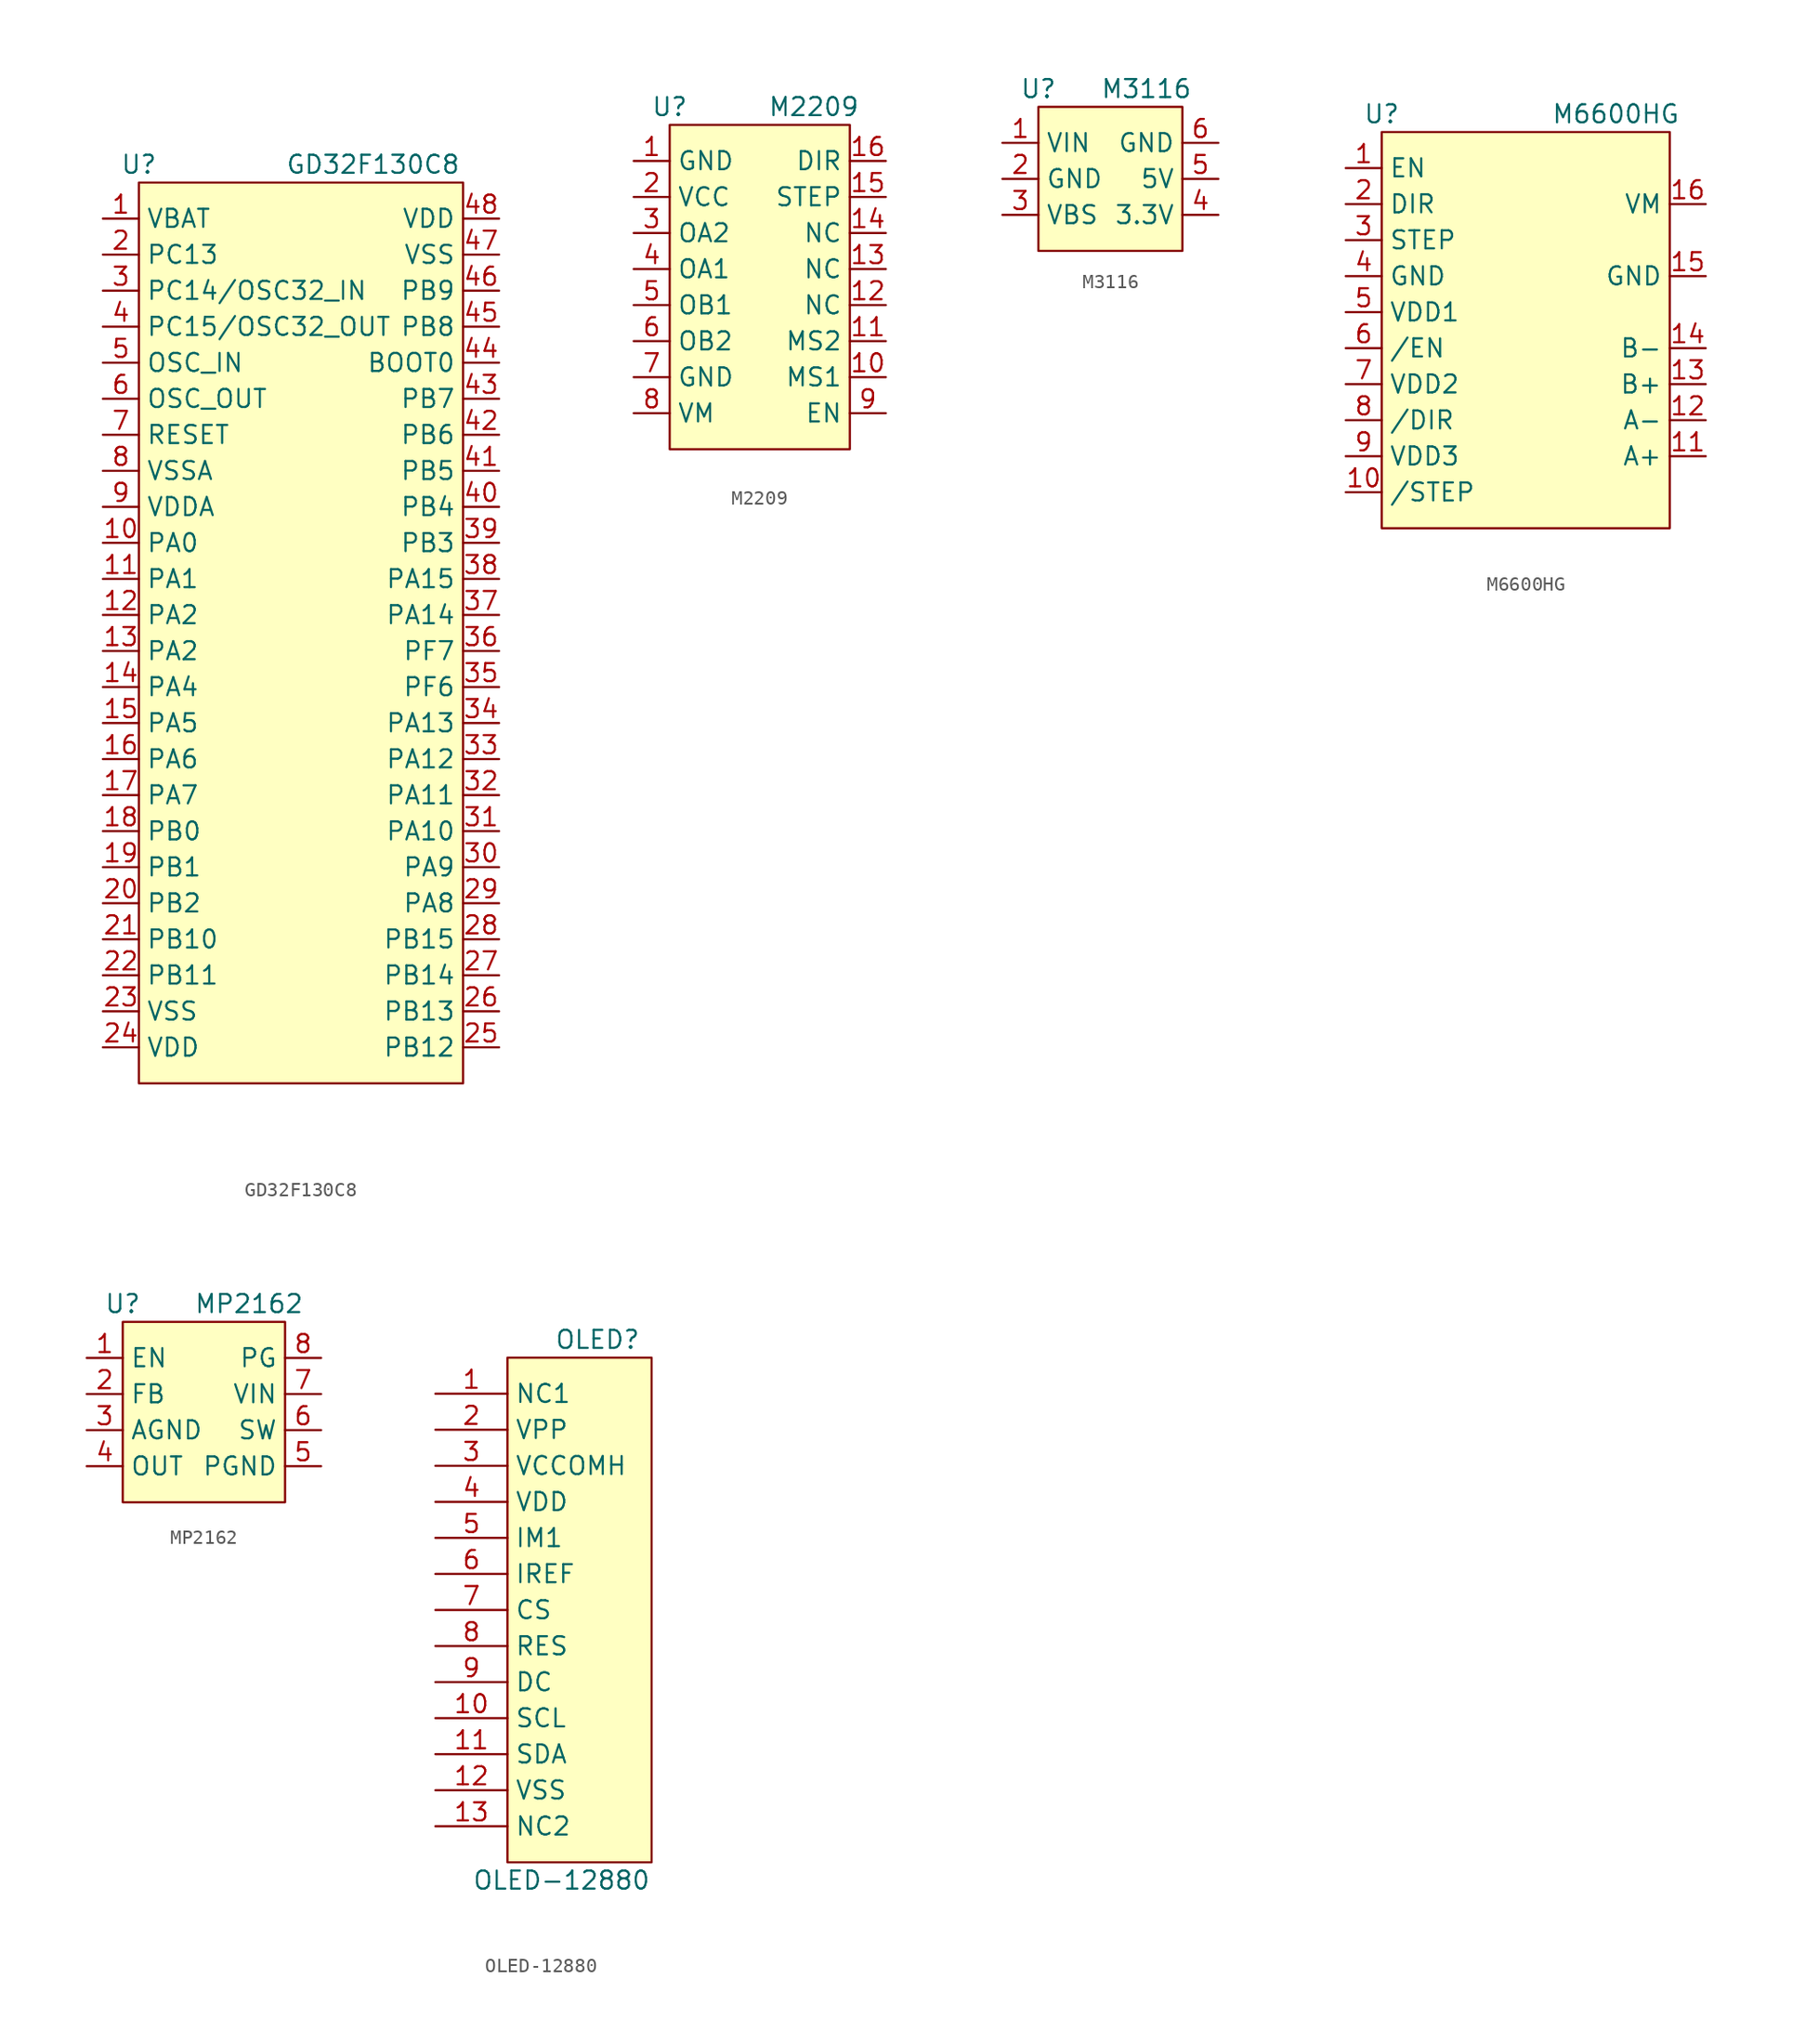
<source format=kicad_sym>
(kicad_symbol_lib
  (version 20211014)
  (generator kicad_symbol_editor)
  (symbol "GD32F130C8"
    (property "Reference" "U"
      (at 0 1.27 0)
      (effects (font (size 1.27 1.27))))
    (property "Value" "GD32F130C8"
      (at 16.51 1.27 0)
      (effects (font (size 1.27 1.27))))
    (symbol "GD32F130C8_0_1"
      (rectangle (start 0 0) (end 22.86 -63.5) (stroke (width 0) (type default) (color 0 0 0 0)) (fill (type background))))
    (symbol "GD32F130C8_1_1"
      (pin power_in line (at -2.54 -2.54 0) (length 2.54) (name "VBAT" (effects (font (size 1.27 1.27)))) (number "1" (effects (font (size 1.27 1.27)))))
      (pin bidirectional line (at -2.54 -25.4 0) (length 2.54) (name "PA0" (effects (font (size 1.27 1.27)))) (number "10" (effects (font (size 1.27 1.27)))))
      (pin bidirectional line (at -2.54 -27.94 0) (length 2.54) (name "PA1" (effects (font (size 1.27 1.27)))) (number "11" (effects (font (size 1.27 1.27)))))
      (pin bidirectional line (at -2.54 -30.48 0) (length 2.54) (name "PA2" (effects (font (size 1.27 1.27)))) (number "12" (effects (font (size 1.27 1.27)))))
      (pin bidirectional line (at -2.54 -33.02 0) (length 2.54) (name "PA2" (effects (font (size 1.27 1.27)))) (number "13" (effects (font (size 1.27 1.27)))))
      (pin bidirectional line (at -2.54 -35.56 0) (length 2.54) (name "PA4" (effects (font (size 1.27 1.27)))) (number "14" (effects (font (size 1.27 1.27)))))
      (pin bidirectional line (at -2.54 -38.1 0) (length 2.54) (name "PA5" (effects (font (size 1.27 1.27)))) (number "15" (effects (font (size 1.27 1.27)))))
      (pin bidirectional line (at -2.54 -40.64 0) (length 2.54) (name "PA6" (effects (font (size 1.27 1.27)))) (number "16" (effects (font (size 1.27 1.27)))))
      (pin bidirectional line (at -2.54 -43.18 0) (length 2.54) (name "PA7" (effects (font (size 1.27 1.27)))) (number "17" (effects (font (size 1.27 1.27)))))
      (pin bidirectional line (at -2.54 -45.72 0) (length 2.54) (name "PB0" (effects (font (size 1.27 1.27)))) (number "18" (effects (font (size 1.27 1.27)))))
      (pin bidirectional line (at -2.54 -48.26 0) (length 2.54) (name "PB1" (effects (font (size 1.27 1.27)))) (number "19" (effects (font (size 1.27 1.27)))))
      (pin input line (at -2.54 -5.08 0) (length 2.54) (name "PC13" (effects (font (size 1.27 1.27)))) (number "2" (effects (font (size 1.27 1.27)))))
      (pin bidirectional line (at -2.54 -50.8 0) (length 2.54) (name "PB2" (effects (font (size 1.27 1.27)))) (number "20" (effects (font (size 1.27 1.27)))))
      (pin bidirectional line (at -2.54 -53.34 0) (length 2.54) (name "PB10" (effects (font (size 1.27 1.27)))) (number "21" (effects (font (size 1.27 1.27)))))
      (pin bidirectional line (at -2.54 -55.88 0) (length 2.54) (name "PB11" (effects (font (size 1.27 1.27)))) (number "22" (effects (font (size 1.27 1.27)))))
      (pin power_in line (at -2.54 -58.42 0) (length 2.54) (name "VSS" (effects (font (size 1.27 1.27)))) (number "23" (effects (font (size 1.27 1.27)))))
      (pin power_in line (at -2.54 -60.96 0) (length 2.54) (name "VDD" (effects (font (size 1.27 1.27)))) (number "24" (effects (font (size 1.27 1.27)))))
      (pin bidirectional line (at 25.4 -60.96 180) (length 2.54) (name "PB12" (effects (font (size 1.27 1.27)))) (number "25" (effects (font (size 1.27 1.27)))))
      (pin bidirectional line (at 25.4 -58.42 180) (length 2.54) (name "PB13" (effects (font (size 1.27 1.27)))) (number "26" (effects (font (size 1.27 1.27)))))
      (pin bidirectional line (at 25.4 -55.88 180) (length 2.54) (name "PB14" (effects (font (size 1.27 1.27)))) (number "27" (effects (font (size 1.27 1.27)))))
      (pin bidirectional line (at 25.4 -53.34 180) (length 2.54) (name "PB15" (effects (font (size 1.27 1.27)))) (number "28" (effects (font (size 1.27 1.27)))))
      (pin bidirectional line (at 25.4 -50.8 180) (length 2.54) (name "PA8" (effects (font (size 1.27 1.27)))) (number "29" (effects (font (size 1.27 1.27)))))
      (pin input line (at -2.54 -7.62 0) (length 2.54) (name "PC14/OSC32_IN" (effects (font (size 1.27 1.27)))) (number "3" (effects (font (size 1.27 1.27)))))
      (pin bidirectional line (at 25.4 -48.26 180) (length 2.54) (name "PA9" (effects (font (size 1.27 1.27)))) (number "30" (effects (font (size 1.27 1.27)))))
      (pin bidirectional line (at 25.4 -45.72 180) (length 2.54) (name "PA10" (effects (font (size 1.27 1.27)))) (number "31" (effects (font (size 1.27 1.27)))))
      (pin bidirectional line (at 25.4 -43.18 180) (length 2.54) (name "PA11" (effects (font (size 1.27 1.27)))) (number "32" (effects (font (size 1.27 1.27)))))
      (pin bidirectional line (at 25.4 -40.64 180) (length 2.54) (name "PA12" (effects (font (size 1.27 1.27)))) (number "33" (effects (font (size 1.27 1.27)))))
      (pin bidirectional line (at 25.4 -38.1 180) (length 2.54) (name "PA13" (effects (font (size 1.27 1.27)))) (number "34" (effects (font (size 1.27 1.27)))))
      (pin bidirectional line (at 25.4 -35.56 180) (length 2.54) (name "PF6" (effects (font (size 1.27 1.27)))) (number "35" (effects (font (size 1.27 1.27)))))
      (pin bidirectional line (at 25.4 -33.02 180) (length 2.54) (name "PF7" (effects (font (size 1.27 1.27)))) (number "36" (effects (font (size 1.27 1.27)))))
      (pin bidirectional line (at 25.4 -30.48 180) (length 2.54) (name "PA14" (effects (font (size 1.27 1.27)))) (number "37" (effects (font (size 1.27 1.27)))))
      (pin bidirectional line (at 25.4 -27.94 180) (length 2.54) (name "PA15" (effects (font (size 1.27 1.27)))) (number "38" (effects (font (size 1.27 1.27)))))
      (pin bidirectional line (at 25.4 -25.4 180) (length 2.54) (name "PB3" (effects (font (size 1.27 1.27)))) (number "39" (effects (font (size 1.27 1.27)))))
      (pin output line (at -2.54 -10.16 0) (length 2.54) (name "PC15/OSC32_OUT" (effects (font (size 1.27 1.27)))) (number "4" (effects (font (size 1.27 1.27)))))
      (pin bidirectional line (at 25.4 -22.86 180) (length 2.54) (name "PB4" (effects (font (size 1.27 1.27)))) (number "40" (effects (font (size 1.27 1.27)))))
      (pin bidirectional line (at 25.4 -20.32 180) (length 2.54) (name "PB5" (effects (font (size 1.27 1.27)))) (number "41" (effects (font (size 1.27 1.27)))))
      (pin bidirectional line (at 25.4 -17.78 180) (length 2.54) (name "PB6" (effects (font (size 1.27 1.27)))) (number "42" (effects (font (size 1.27 1.27)))))
      (pin bidirectional line (at 25.4 -15.24 180) (length 2.54) (name "PB7" (effects (font (size 1.27 1.27)))) (number "43" (effects (font (size 1.27 1.27)))))
      (pin bidirectional line (at 25.4 -12.7 180) (length 2.54) (name "BOOT0" (effects (font (size 1.27 1.27)))) (number "44" (effects (font (size 1.27 1.27)))))
      (pin bidirectional line (at 25.4 -10.16 180) (length 2.54) (name "PB8" (effects (font (size 1.27 1.27)))) (number "45" (effects (font (size 1.27 1.27)))))
      (pin bidirectional line (at 25.4 -7.62 180) (length 2.54) (name "PB9" (effects (font (size 1.27 1.27)))) (number "46" (effects (font (size 1.27 1.27)))))
      (pin power_in line (at 25.4 -5.08 180) (length 2.54) (name "VSS" (effects (font (size 1.27 1.27)))) (number "47" (effects (font (size 1.27 1.27)))))
      (pin power_in line (at 25.4 -2.54 180) (length 2.54) (name "VDD" (effects (font (size 1.27 1.27)))) (number "48" (effects (font (size 1.27 1.27)))))
      (pin input line (at -2.54 -12.7 0) (length 2.54) (name "OSC_IN" (effects (font (size 1.27 1.27)))) (number "5" (effects (font (size 1.27 1.27)))))
      (pin output line (at -2.54 -15.24 0) (length 2.54) (name "OSC_OUT" (effects (font (size 1.27 1.27)))) (number "6" (effects (font (size 1.27 1.27)))))
      (pin input line (at -2.54 -17.78 0) (length 2.54) (name "RESET" (effects (font (size 1.27 1.27)))) (number "7" (effects (font (size 1.27 1.27)))))
      (pin power_in line (at -2.54 -20.32 0) (length 2.54) (name "VSSA" (effects (font (size 1.27 1.27)))) (number "8" (effects (font (size 1.27 1.27)))))
      (pin power_in line (at -2.54 -22.86 0) (length 2.54) (name "VDDA" (effects (font (size 1.27 1.27)))) (number "9" (effects (font (size 1.27 1.27)))))))
  (symbol "M2209"
    (property "Reference" "U"
      (at 0 1.27 0)
      (effects (font (size 1.27 1.27))))
    (property "Value" "M2209"
      (at 10.16 1.27 0)
      (effects (font (size 1.27 1.27))))
    (symbol "M2209_0_1"
      (rectangle (start 0 0) (end 12.7 -22.86) (stroke (width 0) (type default) (color 0 0 0 0)) (fill (type background))))
    (symbol "M2209_1_1"
      (pin power_in line (at -2.54 -2.54 0) (length 2.54) (name "GND" (effects (font (size 1.27 1.27)))) (number "1" (effects (font (size 1.27 1.27)))))
      (pin input line (at 15.24 -17.78 180) (length 2.54) (name "MS1" (effects (font (size 1.27 1.27)))) (number "10" (effects (font (size 1.27 1.27)))))
      (pin input line (at 15.24 -15.24 180) (length 2.54) (name "MS2" (effects (font (size 1.27 1.27)))) (number "11" (effects (font (size 1.27 1.27)))))
      (pin input line (at 15.24 -12.7 180) (length 2.54) (name "NC" (effects (font (size 1.27 1.27)))) (number "12" (effects (font (size 1.27 1.27)))))
      (pin input line (at 15.24 -10.16 180) (length 2.54) (name "NC" (effects (font (size 1.27 1.27)))) (number "13" (effects (font (size 1.27 1.27)))))
      (pin input line (at 15.24 -7.62 180) (length 2.54) (name "NC" (effects (font (size 1.27 1.27)))) (number "14" (effects (font (size 1.27 1.27)))))
      (pin input line (at 15.24 -5.08 180) (length 2.54) (name "STEP" (effects (font (size 1.27 1.27)))) (number "15" (effects (font (size 1.27 1.27)))))
      (pin input line (at 15.24 -2.54 180) (length 2.54) (name "DIR" (effects (font (size 1.27 1.27)))) (number "16" (effects (font (size 1.27 1.27)))))
      (pin power_in line (at -2.54 -5.08 0) (length 2.54) (name "VCC" (effects (font (size 1.27 1.27)))) (number "2" (effects (font (size 1.27 1.27)))))
      (pin output line (at -2.54 -7.62 0) (length 2.54) (name "OA2" (effects (font (size 1.27 1.27)))) (number "3" (effects (font (size 1.27 1.27)))))
      (pin output line (at -2.54 -10.16 0) (length 2.54) (name "OA1" (effects (font (size 1.27 1.27)))) (number "4" (effects (font (size 1.27 1.27)))))
      (pin output line (at -2.54 -12.7 0) (length 2.54) (name "OB1" (effects (font (size 1.27 1.27)))) (number "5" (effects (font (size 1.27 1.27)))))
      (pin output line (at -2.54 -15.24 0) (length 2.54) (name "OB2" (effects (font (size 1.27 1.27)))) (number "6" (effects (font (size 1.27 1.27)))))
      (pin power_in line (at -2.54 -17.78 0) (length 2.54) (name "GND" (effects (font (size 1.27 1.27)))) (number "7" (effects (font (size 1.27 1.27)))))
      (pin power_in line (at -2.54 -20.32 0) (length 2.54) (name "VM" (effects (font (size 1.27 1.27)))) (number "8" (effects (font (size 1.27 1.27)))))
      (pin input line (at 15.24 -20.32 180) (length 2.54) (name "EN" (effects (font (size 1.27 1.27)))) (number "9" (effects (font (size 1.27 1.27)))))))
  (symbol "M3116"
    (property "Reference" "U"
      (at 0 1.27 0)
      (effects (font (size 1.27 1.27))))
    (property "Value" "M3116"
      (at 7.62 1.27 0)
      (effects (font (size 1.27 1.27))))
    (symbol "M3116_0_1"
      (rectangle (start 0 0) (end 10.16 -10.16) (stroke (width 0) (type default) (color 0 0 0 0)) (fill (type background))))
    (symbol "M3116_1_1"
      (pin power_in line (at -2.54 -2.54 0) (length 2.54) (name "VIN" (effects (font (size 1.27 1.27)))) (number "1" (effects (font (size 1.27 1.27)))))
      (pin power_in line (at -2.54 -5.08 0) (length 2.54) (name "GND" (effects (font (size 1.27 1.27)))) (number "2" (effects (font (size 1.27 1.27)))))
      (pin power_in line (at -2.54 -7.62 0) (length 2.54) (name "VBS" (effects (font (size 1.27 1.27)))) (number "3" (effects (font (size 1.27 1.27)))))
      (pin power_out line (at 12.7 -7.62 180) (length 2.54) (name "3.3V" (effects (font (size 1.27 1.27)))) (number "4" (effects (font (size 1.27 1.27)))))
      (pin power_out line (at 12.7 -5.08 180) (length 2.54) (name "5V" (effects (font (size 1.27 1.27)))) (number "5" (effects (font (size 1.27 1.27)))))
      (pin power_in line (at 12.7 -2.54 180) (length 2.54) (name "GND" (effects (font (size 1.27 1.27)))) (number "6" (effects (font (size 1.27 1.27)))))))
  (symbol "M6600HG"
    (property "Reference" "U"
      (at 0 1.27 0)
      (effects (font (size 1.27 1.27))))
    (property "Value" "M6600HG"
      (at 16.51 1.27 0)
      (effects (font (size 1.27 1.27))))
    (symbol "M6600HG_0_1"
      (rectangle (start 0 0) (end 20.32 -27.94) (stroke (width 0) (type default) (color 0 0 0 0)) (fill (type background))))
    (symbol "M6600HG_1_1"
      (pin input line (at -2.54 -2.54 0) (length 2.54) (name "EN" (effects (font (size 1.27 1.27)))) (number "1" (effects (font (size 1.27 1.27)))))
      (pin input line (at -2.54 -25.4 0) (length 2.54) (name "/STEP" (effects (font (size 1.27 1.27)))) (number "10" (effects (font (size 1.27 1.27)))))
      (pin output line (at 22.86 -22.86 180) (length 2.54) (name "A+" (effects (font (size 1.27 1.27)))) (number "11" (effects (font (size 1.27 1.27)))))
      (pin output line (at 22.86 -20.32 180) (length 2.54) (name "A-" (effects (font (size 1.27 1.27)))) (number "12" (effects (font (size 1.27 1.27)))))
      (pin output line (at 22.86 -17.78 180) (length 2.54) (name "B+" (effects (font (size 1.27 1.27)))) (number "13" (effects (font (size 1.27 1.27)))))
      (pin output line (at 22.86 -15.24 180) (length 2.54) (name "B-" (effects (font (size 1.27 1.27)))) (number "14" (effects (font (size 1.27 1.27)))))
      (pin power_in line (at 22.86 -10.16 180) (length 2.54) (name "GND" (effects (font (size 1.27 1.27)))) (number "15" (effects (font (size 1.27 1.27)))))
      (pin power_in line (at 22.86 -5.08 180) (length 2.54) (name "VM" (effects (font (size 1.27 1.27)))) (number "16" (effects (font (size 1.27 1.27)))))
      (pin input line (at -2.54 -5.08 0) (length 2.54) (name "DIR" (effects (font (size 1.27 1.27)))) (number "2" (effects (font (size 1.27 1.27)))))
      (pin input line (at -2.54 -7.62 0) (length 2.54) (name "STEP" (effects (font (size 1.27 1.27)))) (number "3" (effects (font (size 1.27 1.27)))))
      (pin power_in line (at -2.54 -10.16 0) (length 2.54) (name "GND" (effects (font (size 1.27 1.27)))) (number "4" (effects (font (size 1.27 1.27)))))
      (pin power_in line (at -2.54 -12.7 0) (length 2.54) (name "VDD1" (effects (font (size 1.27 1.27)))) (number "5" (effects (font (size 1.27 1.27)))))
      (pin input line (at -2.54 -15.24 0) (length 2.54) (name "/EN" (effects (font (size 1.27 1.27)))) (number "6" (effects (font (size 1.27 1.27)))))
      (pin power_in line (at -2.54 -17.78 0) (length 2.54) (name "VDD2" (effects (font (size 1.27 1.27)))) (number "7" (effects (font (size 1.27 1.27)))))
      (pin input line (at -2.54 -20.32 0) (length 2.54) (name "/DIR" (effects (font (size 1.27 1.27)))) (number "8" (effects (font (size 1.27 1.27)))))
      (pin power_in line (at -2.54 -22.86 0) (length 2.54) (name "VDD3" (effects (font (size 1.27 1.27)))) (number "9" (effects (font (size 1.27 1.27)))))))
  (symbol "MP2162"
    (property "Reference" "U"
      (at 0 1.27 0)
      (effects (font (size 1.27 1.27))))
    (property "Value" "MP2162"
      (at 8.89 1.27 0)
      (effects (font (size 1.27 1.27))))
    (symbol "MP2162_0_1"
      (rectangle (start 0 0) (end 11.43 -12.7) (stroke (width 0) (type default) (color 0 0 0 0)) (fill (type background))))
    (symbol "MP2162_1_1"
      (pin input line (at -2.54 -2.54 0) (length 2.54) (name "EN" (effects (font (size 1.27 1.27)))) (number "1" (effects (font (size 1.27 1.27)))))
      (pin input line (at -2.54 -5.08 0) (length 2.54) (name "FB" (effects (font (size 1.27 1.27)))) (number "2" (effects (font (size 1.27 1.27)))))
      (pin power_in line (at -2.54 -7.62 0) (length 2.54) (name "AGND" (effects (font (size 1.27 1.27)))) (number "3" (effects (font (size 1.27 1.27)))))
      (pin power_out line (at -2.54 -10.16 0) (length 2.54) (name "OUT" (effects (font (size 1.27 1.27)))) (number "4" (effects (font (size 1.27 1.27)))))
      (pin power_in line (at 13.97 -10.16 180) (length 2.54) (name "PGND" (effects (font (size 1.27 1.27)))) (number "5" (effects (font (size 1.27 1.27)))))
      (pin power_out line (at 13.97 -7.62 180) (length 2.54) (name "SW" (effects (font (size 1.27 1.27)))) (number "6" (effects (font (size 1.27 1.27)))))
      (pin power_in line (at 13.97 -5.08 180) (length 2.54) (name "VIN" (effects (font (size 1.27 1.27)))) (number "7" (effects (font (size 1.27 1.27)))))
      (pin output line (at 13.97 -2.54 180) (length 2.54) (name "PG" (effects (font (size 1.27 1.27)))) (number "8" (effects (font (size 1.27 1.27)))))))
  (symbol "OLED-12880"
    (property "Reference" "OLED"
      (at 6.35 1.27 0)
      (effects (font (size 1.27 1.27))))
    (property "Value" "OLED-12880"
      (at 3.81 -36.83 0)
      (effects (font (size 1.27 1.27))))
    (symbol "OLED-12880_0_1"
      (rectangle (start 0 0) (end 10.16 -35.56) (stroke (width 0) (type default) (color 0 0 0 0)) (fill (type background))))
    (symbol "OLED-12880_1_1"
      (pin passive line (at -5.08 -2.54 0) (length 5.08) (name "NC1" (effects (font (size 1.27 1.27)))) (number "1" (effects (font (size 1.27 1.27)))))
      (pin input line (at -5.08 -25.4 0) (length 5.08) (name "SCL" (effects (font (size 1.27 1.27)))) (number "10" (effects (font (size 1.27 1.27)))))
      (pin bidirectional line (at -5.08 -27.94 0) (length 5.08) (name "SDA" (effects (font (size 1.27 1.27)))) (number "11" (effects (font (size 1.27 1.27)))))
      (pin passive line (at -5.08 -30.48 0) (length 5.08) (name "VSS" (effects (font (size 1.27 1.27)))) (number "12" (effects (font (size 1.27 1.27)))))
      (pin passive line (at -5.08 -33.02 0) (length 5.08) (name "NC2" (effects (font (size 1.27 1.27)))) (number "13" (effects (font (size 1.27 1.27)))))
      (pin passive line (at -5.08 -5.08 0) (length 5.08) (name "VPP" (effects (font (size 1.27 1.27)))) (number "2" (effects (font (size 1.27 1.27)))))
      (pin passive line (at -5.08 -7.62 0) (length 5.08) (name "VCCOMH" (effects (font (size 1.27 1.27)))) (number "3" (effects (font (size 1.27 1.27)))))
      (pin passive line (at -5.08 -10.16 0) (length 5.08) (name "VDD" (effects (font (size 1.27 1.27)))) (number "4" (effects (font (size 1.27 1.27)))))
      (pin passive line (at -5.08 -12.7 0) (length 5.08) (name "IM1" (effects (font (size 1.27 1.27)))) (number "5" (effects (font (size 1.27 1.27)))))
      (pin passive line (at -5.08 -15.24 0) (length 5.08) (name "IREF" (effects (font (size 1.27 1.27)))) (number "6" (effects (font (size 1.27 1.27)))))
      (pin input line (at -5.08 -17.78 0) (length 5.08) (name "CS" (effects (font (size 1.27 1.27)))) (number "7" (effects (font (size 1.27 1.27)))))
      (pin input line (at -5.08 -20.32 0) (length 5.08) (name "RES" (effects (font (size 1.27 1.27)))) (number "8" (effects (font (size 1.27 1.27)))))
      (pin input line (at -5.08 -22.86 0) (length 5.08) (name "DC" (effects (font (size 1.27 1.27)))) (number "9" (effects (font (size 1.27 1.27))))))))
</source>
